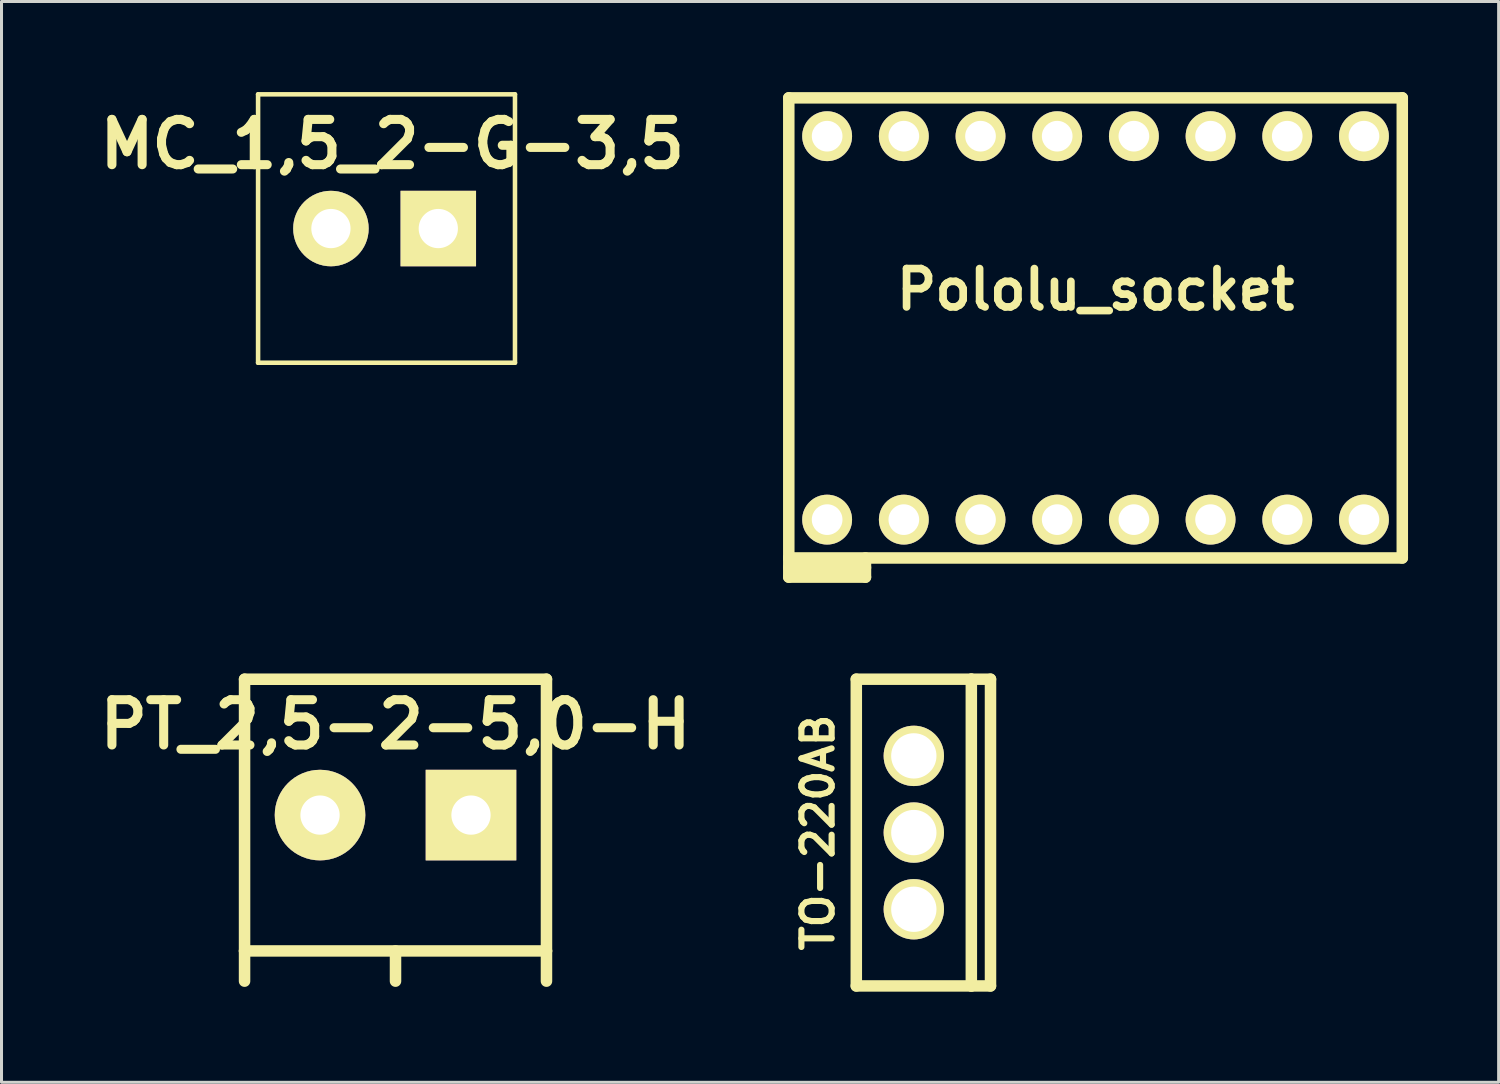
<source format=kicad_pcb>
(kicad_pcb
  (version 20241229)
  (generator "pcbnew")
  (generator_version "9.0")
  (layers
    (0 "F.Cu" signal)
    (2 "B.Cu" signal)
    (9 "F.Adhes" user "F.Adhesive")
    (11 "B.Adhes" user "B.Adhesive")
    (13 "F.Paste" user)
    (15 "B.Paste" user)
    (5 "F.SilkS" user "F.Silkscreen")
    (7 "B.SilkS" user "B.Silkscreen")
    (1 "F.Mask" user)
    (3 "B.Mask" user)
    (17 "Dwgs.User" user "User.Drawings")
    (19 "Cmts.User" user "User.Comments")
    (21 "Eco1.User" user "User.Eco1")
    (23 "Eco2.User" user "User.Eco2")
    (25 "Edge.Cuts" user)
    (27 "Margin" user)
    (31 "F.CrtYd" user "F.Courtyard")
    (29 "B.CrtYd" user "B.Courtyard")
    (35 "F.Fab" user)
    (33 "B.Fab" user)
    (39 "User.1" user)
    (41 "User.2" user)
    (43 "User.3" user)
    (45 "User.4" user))
  (footprint "TO-220AB"
    (layer "F.Cu")
    (at 27.217 24.526)
    (property "Reference" "TO-220AB" (at -3.175 0 90) (layer "F.SilkS") (effects (font (size 1.001 1.001) (thickness 0.203))))
    (attr through_hole)
    (fp_line (start -1.905 -5.08) (end 1.905 -5.08) (stroke (width 0.381) (type solid)) (layer "F.SilkS"))
    (fp_line (start -1.905 5.08) (end -1.905 -5.08) (stroke (width 0.381) (type solid)) (layer "F.SilkS"))
    (fp_line (start 1.905 -5.08) (end 1.905 5.08) (stroke (width 0.381) (type solid)) (layer "F.SilkS"))
    (fp_line (start 1.905 -5.08) (end 2.54 -5.08) (stroke (width 0.381) (type solid)) (layer "F.SilkS"))
    (fp_line (start 1.905 5.08) (end -1.905 5.08) (stroke (width 0.381) (type solid)) (layer "F.SilkS"))
    (fp_line (start 2.54 -5.08) (end 2.54 5.08) (stroke (width 0.381) (type solid)) (layer "F.SilkS"))
    (fp_line (start 2.54 5.08) (end 1.905 5.08) (stroke (width 0.381) (type solid)) (layer "F.SilkS"))
    (pad "1" thru_hole circle (at 0 -2.54) (size 1.999 1.999) (drill 1.501) (layers "*.Cu" "*.Mask" "F.SilkS"))
    (pad "2" thru_hole circle (at 0 0) (size 1.999 1.999) (drill 1.501) (layers "*.Cu" "*.Mask" "F.SilkS"))
    (pad "3" thru_hole circle (at 0 2.54) (size 1.999 1.999) (drill 1.501) (layers "*.Cu" "*.Mask" "F.SilkS")))
  (footprint "PT_2,5-2-5,0-H"
    (layer "F.Cu")
    (at 12.55 23.947)
    (property "Reference" "PT_2,5-2-5,0-H" (at -2.5 -3 0) (layer "F.SilkS") (effects (font (size 1.5 1.5) (thickness 0.3))))
    (attr through_hole)
    (fp_line (start -7.5 -4.5) (end 2.5 -4.5) (stroke (width 0.381) (type solid)) (layer "F.SilkS"))
    (fp_line (start -7.5 4.5) (end -7.5 -4.5) (stroke (width 0.381) (type solid)) (layer "F.SilkS"))
    (fp_line (start -7.5 4.5) (end -7.5 5.5) (stroke (width 0.381) (type solid)) (layer "F.SilkS"))
    (fp_line (start -2.5 4.5) (end -2.5 5.5) (stroke (width 0.381) (type solid)) (layer "F.SilkS"))
    (fp_line (start 2.5 -4.5) (end 2.5 4.5) (stroke (width 0.381) (type solid)) (layer "F.SilkS"))
    (fp_line (start 2.5 4.5) (end -7.5 4.5) (stroke (width 0.381) (type solid)) (layer "F.SilkS"))
    (fp_line (start 2.5 4.5) (end 2.5 5.5) (stroke (width 0.381) (type solid)) (layer "F.SilkS"))
    (pad "1" thru_hole rect (at 0 0) (size 3 3) (drill 1.3) (layers "*.Cu" "*.Mask" "F.SilkS"))
    (pad "2" thru_hole circle (at -5 0) (size 3 3) (drill 1.3) (layers "*.Cu" "*.Mask" "F.SilkS")))
  (footprint "MC_1,5_2-G-3,5"
    (layer "F.Cu")
    (at 11.467 4.52)
    (property "Reference" "MC_1,5_2-G-3,5" (at -1.524 -2.794 0) (layer "F.SilkS") (effects (font (size 1.5 1.5) (thickness 0.3))))
    (attr through_hole)
    (fp_line (start -5.969 -4.445) (end -5.969 4.445) (stroke (width 0.15) (type solid)) (layer "F.SilkS"))
    (fp_line (start -5.969 -4.445) (end 2.54 -4.445) (stroke (width 0.15) (type solid)) (layer "F.SilkS"))
    (fp_line (start -5.969 4.445) (end 2.54 4.445) (stroke (width 0.15) (type solid)) (layer "F.SilkS"))
    (fp_line (start 2.54 -4.445) (end 2.54 4.445) (stroke (width 0.15) (type solid)) (layer "F.SilkS"))
    (pad "1" thru_hole rect (at 0 0) (size 2.5 2.5) (drill 1.3) (layers "*.Cu" "*.Mask" "F.SilkS"))
    (pad "2" thru_hole circle (at -3.556 0) (size 2.5 2.5) (drill 1.3) (layers "*.Cu" "*.Mask" "F.SilkS")))
  (footprint "Pololu_socket"
    (layer "F.Cu")
    (at 33.236 14.161)
    (property "Reference" "Pololu_socket" (at 0 -7.62 0) (layer "F.SilkS") (effects (font (size 1.27 1.27) (thickness 0.254))))
    (attr through_hole)
    (fp_line (start -10.16 -13.97) (end 10.16 -13.97) (stroke (width 0.381) (type solid)) (layer "F.SilkS"))
    (fp_line (start -10.16 1.27) (end -10.16 -13.97) (stroke (width 0.381) (type solid)) (layer "F.SilkS"))
    (fp_line (start -10.16 1.27) (end -10.16 1.905) (stroke (width 0.381) (type solid)) (layer "F.SilkS"))
    (fp_line (start -10.16 1.587) (end -7.62 1.587) (stroke (width 0.381) (type solid)) (layer "F.SilkS"))
    (fp_line (start -10.16 1.905) (end -7.62 1.905) (stroke (width 0.381) (type solid)) (layer "F.SilkS"))
    (fp_line (start -7.62 1.905) (end -7.62 1.27) (stroke (width 0.381) (type solid)) (layer "F.SilkS"))
    (fp_line (start 10.16 -13.97) (end 10.16 1.27) (stroke (width 0.381) (type solid)) (layer "F.SilkS"))
    (fp_line (start 10.16 1.27) (end -10.16 1.27) (stroke (width 0.381) (type solid)) (layer "F.SilkS"))
    (pad "1" thru_hole circle (at -8.89 0) (size 1.651 1.651) (drill 1.016) (layers "*.Cu" "*.Mask" "F.SilkS"))
    (pad "2" thru_hole circle (at -6.35 0) (size 1.651 1.651) (drill 1.016) (layers "*.Cu" "*.Mask" "F.SilkS"))
    (pad "3" thru_hole circle (at -3.81 0) (size 1.651 1.651) (drill 1.016) (layers "*.Cu" "*.Mask" "F.SilkS"))
    (pad "4" thru_hole circle (at -1.27 0) (size 1.651 1.651) (drill 1.016) (layers "*.Cu" "*.Mask" "F.SilkS"))
    (pad "5" thru_hole circle (at 1.27 0) (size 1.651 1.651) (drill 1.016) (layers "*.Cu" "*.Mask" "F.SilkS"))
    (pad "6" thru_hole circle (at 3.81 0) (size 1.651 1.651) (drill 1.016) (layers "*.Cu" "*.Mask" "F.SilkS"))
    (pad "7" thru_hole circle (at 6.35 0) (size 1.651 1.651) (drill 1.016) (layers "*.Cu" "*.Mask" "F.SilkS"))
    (pad "8" thru_hole circle (at 8.89 0) (size 1.651 1.651) (drill 1.016) (layers "*.Cu" "*.Mask" "F.SilkS"))
    (pad "9" thru_hole circle (at 8.89 -12.7) (size 1.651 1.651) (drill 1.016) (layers "*.Cu" "*.Mask" "F.SilkS"))
    (pad "10" thru_hole circle (at 6.35 -12.7) (size 1.651 1.651) (drill 1.016) (layers "*.Cu" "*.Mask" "F.SilkS"))
    (pad "11" thru_hole circle (at 3.81 -12.7) (size 1.651 1.651) (drill 1.016) (layers "*.Cu" "*.Mask" "F.SilkS"))
    (pad "12" thru_hole circle (at 1.27 -12.7) (size 1.651 1.651) (drill 1.016) (layers "*.Cu" "*.Mask" "F.SilkS"))
    (pad "13" thru_hole circle (at -1.27 -12.7) (size 1.651 1.651) (drill 1.016) (layers "*.Cu" "*.Mask" "F.SilkS"))
    (pad "14" thru_hole circle (at -3.81 -12.7) (size 1.651 1.651) (drill 1.016) (layers "*.Cu" "*.Mask" "F.SilkS"))
    (pad "15" thru_hole circle (at -6.35 -12.7) (size 1.651 1.651) (drill 1.016) (layers "*.Cu" "*.Mask" "F.SilkS"))
    (pad "16" thru_hole circle (at -8.89 -12.7) (size 1.651 1.651) (drill 1.016) (layers "*.Cu" "*.Mask" "F.SilkS")))
  (gr_rect
    (start -3 -3)
    (end 46.587 32.797)
    (stroke (width 0.1) (type default))
    (fill no)
    (layer "Edge.Cuts")))
</source>
